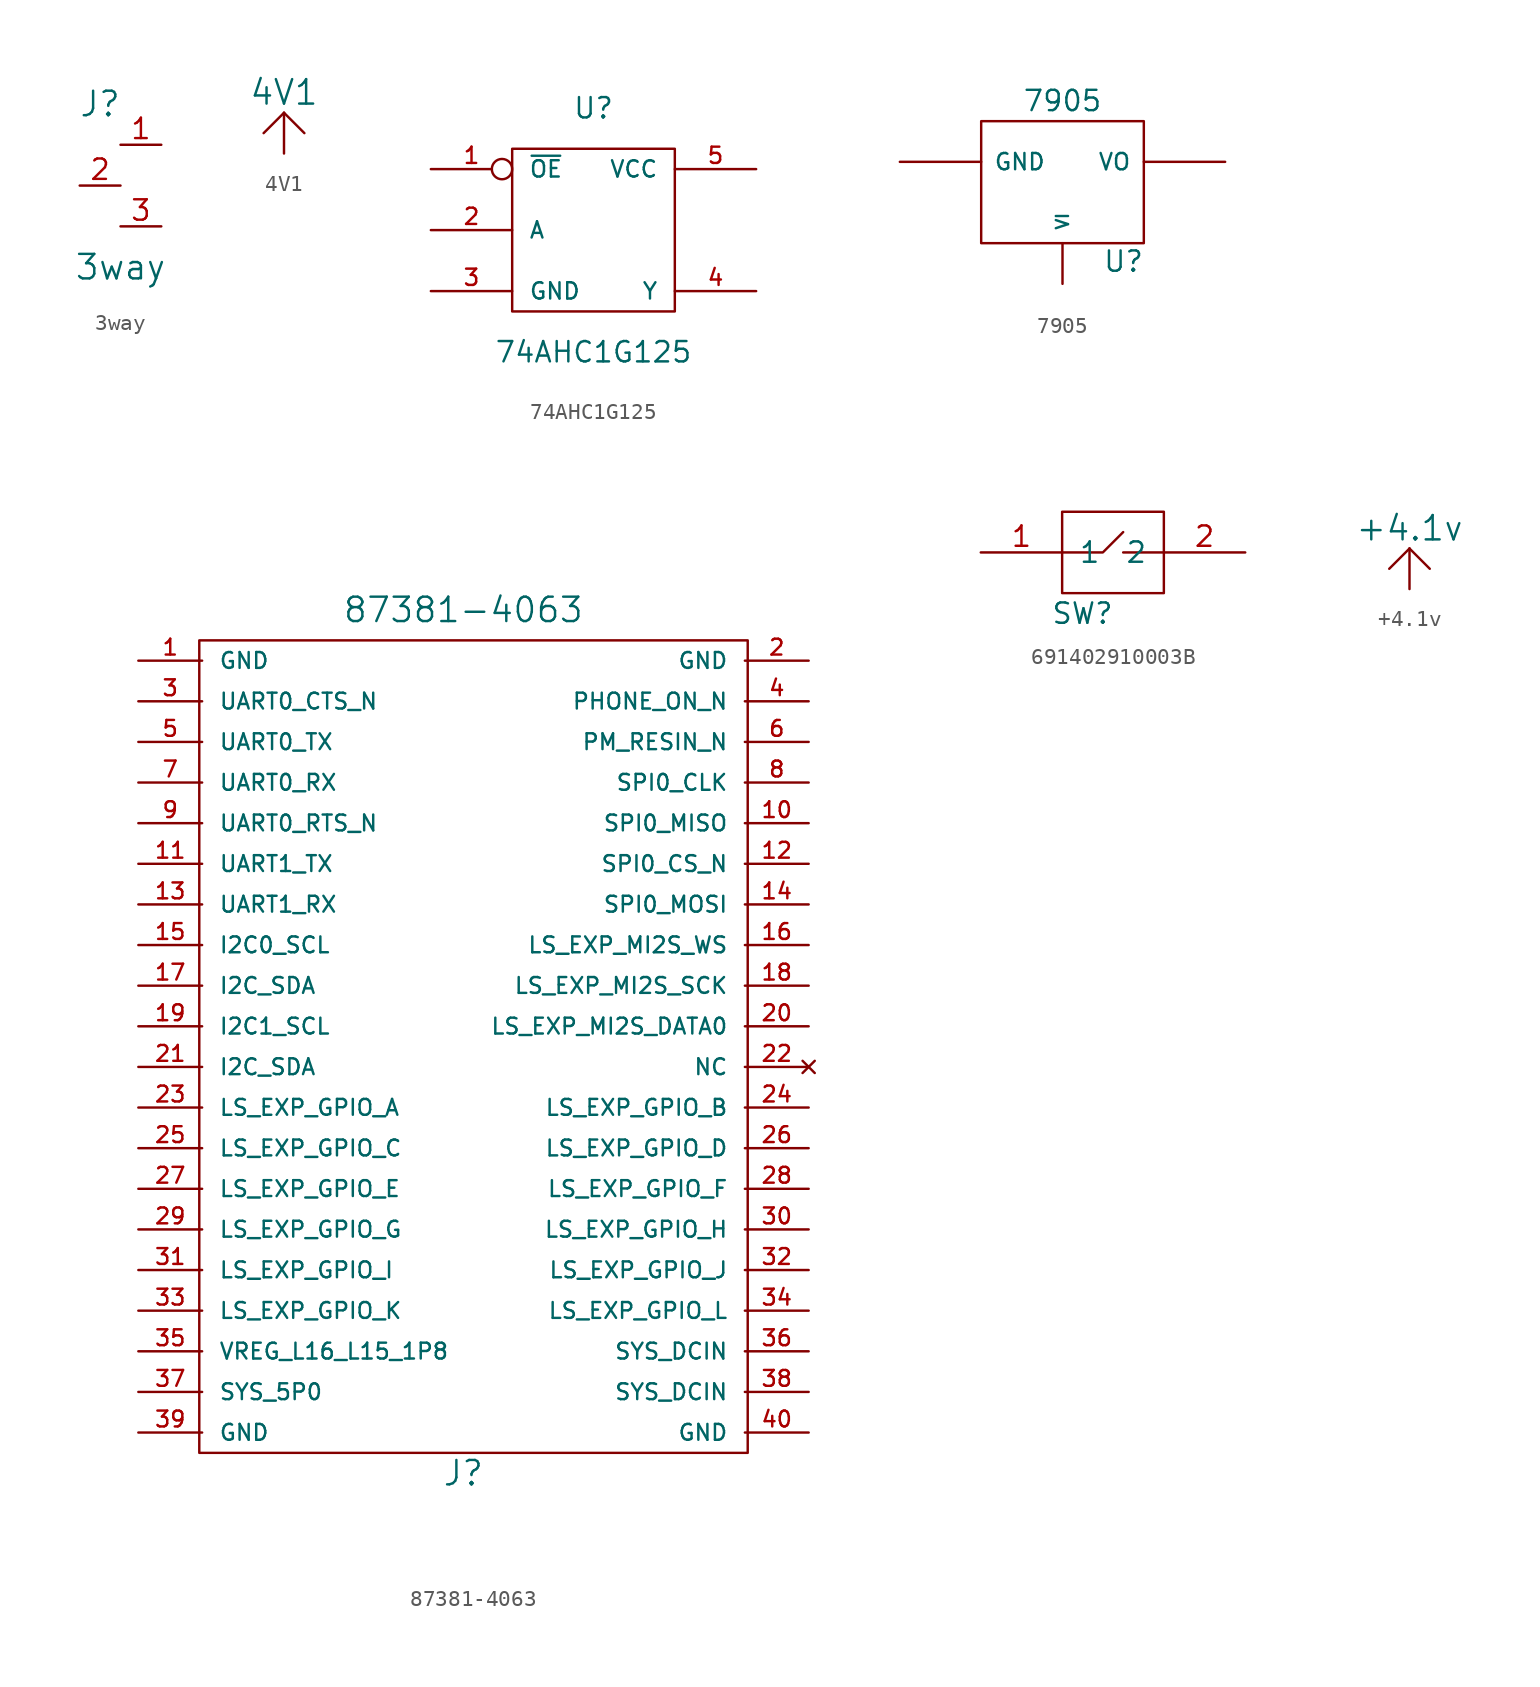
<source format=kicad_sym>
(kicad_symbol_lib
  (version 20211014)
  (generator kicad_symbol_editor)
  (symbol "3way"
    (pin_names
      (offset 1.016) hide)
    (property "Reference" "J"
      (at -1.27 5.08 0)
      (effects (font (size 1.524 1.524))))
    (property "Value" "3way"
      (at 0 -5.08 0)
      (effects (font (size 1.524 1.524))))
    (symbol "3way_1_1"
      (pin input line (at 2.54 2.54 180) (length 2.54) (name "A" (effects (font (size 1.27 1.27)))) (number "1" (effects (font (size 1.27 1.27)))))
      (pin input line (at -2.54 0 0) (length 2.54) (name "C" (effects (font (size 1.27 1.27)))) (number "2" (effects (font (size 1.27 1.27)))))
      (pin input line (at 2.54 -2.54 180) (length 2.54) (name "B" (effects (font (size 1.27 1.27)))) (number "3" (effects (font (size 1.27 1.27)))))))
  (symbol "4V1"
    (power)
    (pin_numbers hide)
    (pin_names
      (offset 1.016) hide)
    (property "Reference" "U"
      (at -5.08 4.445 0)
      (effects (font (size 1.524 1.524)) hide))
    (property "Value" "4V1"
      (at 0 3.81 0)
      (effects (font (size 1.524 1.524))))
    (symbol "4V1_0_1"
      (polyline (pts (xy -1.27 1.27) (xy 0 2.54)) (stroke (width 0) (type default) (color 0 0 0 0)) (fill (type none)))
      (polyline (pts (xy 0 2.54) (xy 1.27 1.27)) (stroke (width 0) (type default) (color 0 0 0 0)) (fill (type none))))
    (symbol "4V1_1_1"
      (pin input line (at 0 0 90) (length 2.54) (name "1" (effects (font (size 1.27 1.27)))) (number "1" (effects (font (size 1.27 1.27)))))))
  (symbol "74AHC1G125"
    (pin_names
      (offset 1.016))
    (property "Reference" "U"
      (at 0 7.62 0)
      (effects (font (size 1.27 1.27))))
    (property "Value" "74AHC1G125"
      (at 0 -7.62 0)
      (effects (font (size 1.27 1.27))))
    (symbol "74AHC1G125_0_0"
      (pin input inverted (at -10.16 3.81 0) (length 5.08) (name "~{OE}" (effects (font (size 1.016 1.016)))) (number "1" (effects (font (size 1.016 1.016)))))
      (pin input line (at -10.16 0 0) (length 5.08) (name "A" (effects (font (size 1.016 1.016)))) (number "2" (effects (font (size 1.016 1.016)))))
      (pin input line (at -10.16 -3.81 0) (length 5.08) (name "GND" (effects (font (size 1.016 1.016)))) (number "3" (effects (font (size 1.016 1.016)))))
      (pin input line (at 10.16 -3.81 180) (length 5.08) (name "Y" (effects (font (size 1.016 1.016)))) (number "4" (effects (font (size 1.016 1.016)))))
      (pin input line (at 10.16 3.81 180) (length 5.08) (name "VCC" (effects (font (size 1.016 1.016)))) (number "5" (effects (font (size 1.016 1.016))))))
    (symbol "74AHC1G125_0_1"
      (rectangle (start 5.08 5.08) (end -5.08 -5.08) (stroke (width 0) (type default) (color 0 0 0 0)) (fill (type none)))))
  (symbol "7905"
    (pin_numbers hide)
    (pin_names
      (offset 0.762))
    (property "Reference" "U"
      (at 3.81 -4.953 0)
      (effects (font (size 1.27 1.27))))
    (property "Value" "7905"
      (at 0 5.08 0)
      (effects (font (size 1.27 1.27))))
    (property "Footprint" ""
      (at 0 0 0)
      (effects (font (size 1.27 1.27))))
    (property "Datasheet" ""
      (at 0 0 0)
      (effects (font (size 1.27 1.27))))
    (symbol "7905_0_1"
      (rectangle (start -5.08 -3.81) (end 5.08 3.81) (stroke (width 0) (type default) (color 0 0 0 0)) (fill (type none))))
    (symbol "7905_1_1"
      (pin input line (at -10.16 1.27 0) (length 5.08) (name "GND" (effects (font (size 1.016 1.016)))) (number "1" (effects (font (size 1.016 1.016)))))
      (pin input line (at 0 -6.35 90) (length 2.54) (name "VI" (effects (font (size 0.762 0.762)))) (number "2" (effects (font (size 1.016 1.016)))))
      (pin power_out line (at 10.16 1.27 180) (length 5.08) (name "VO" (effects (font (size 1.016 1.016)))) (number "3" (effects (font (size 1.016 1.016)))))))
  (symbol "87381-4063"
    (pin_names
      (offset 1.016))
    (property "Reference" "J"
      (at 0 -26.67 0)
      (effects (font (size 1.524 1.524))))
    (property "Value" "87381-4063"
      (at 0 27.305 0)
      (effects (font (size 1.524 1.524))))
    (symbol "87381-4063_0_1"
      (rectangle (start 17.78 25.4) (end -16.51 -25.4) (stroke (width 0) (type default) (color 0 0 0 0)) (fill (type none))))
    (symbol "87381-4063_1_1"
      (pin power_out line (at -20.32 24.13 0) (length 3.988) (name "GND" (effects (font (size 0.991 0.991)))) (number "1" (effects (font (size 0.991 0.991)))))
      (pin output line (at 21.59 13.97 180) (length 3.988) (name "SPI0_MISO" (effects (font (size 0.991 0.991)))) (number "10" (effects (font (size 0.991 0.991)))))
      (pin input line (at -20.32 11.43 0) (length 3.988) (name "UART1_TX" (effects (font (size 0.991 0.991)))) (number "11" (effects (font (size 0.991 0.991)))))
      (pin input line (at 21.59 11.43 180) (length 3.988) (name "SPI0_CS_N" (effects (font (size 0.991 0.991)))) (number "12" (effects (font (size 0.991 0.991)))))
      (pin output line (at -20.32 8.89 0) (length 3.988) (name "UART1_RX" (effects (font (size 0.991 0.991)))) (number "13" (effects (font (size 0.991 0.991)))))
      (pin input line (at 21.59 8.89 180) (length 3.988) (name "SPI0_MOSI" (effects (font (size 0.991 0.991)))) (number "14" (effects (font (size 0.991 0.991)))))
      (pin output line (at -20.32 6.35 0) (length 3.988) (name "I2C0_SCL" (effects (font (size 0.991 0.991)))) (number "15" (effects (font (size 0.991 0.991)))))
      (pin input line (at 21.59 6.35 180) (length 3.988) (name "LS_EXP_MI2S_WS" (effects (font (size 0.991 0.991)))) (number "16" (effects (font (size 0.991 0.991)))))
      (pin bidirectional line (at -20.32 3.81 0) (length 3.988) (name "I2C_SDA" (effects (font (size 0.991 0.991)))) (number "17" (effects (font (size 0.991 0.991)))))
      (pin input line (at 21.59 3.81 180) (length 3.988) (name "LS_EXP_MI2S_SCK" (effects (font (size 0.991 0.991)))) (number "18" (effects (font (size 0.991 0.991)))))
      (pin output line (at -20.32 1.27 0) (length 3.988) (name "I2C1_SCL" (effects (font (size 0.991 0.991)))) (number "19" (effects (font (size 0.991 0.991)))))
      (pin power_out line (at 21.59 24.13 180) (length 3.988) (name "GND" (effects (font (size 0.991 0.991)))) (number "2" (effects (font (size 0.991 0.991)))))
      (pin input line (at 21.59 1.27 180) (length 3.988) (name "LS_EXP_MI2S_DATA0" (effects (font (size 0.991 0.991)))) (number "20" (effects (font (size 0.991 0.991)))))
      (pin tri_state line (at -20.32 -1.27 0) (length 3.988) (name "I2C_SDA" (effects (font (size 0.991 0.991)))) (number "21" (effects (font (size 0.991 0.991)))))
      (pin no_connect line (at 21.59 -1.27 180) (length 3.988) (name "NC" (effects (font (size 0.991 0.991)))) (number "22" (effects (font (size 0.991 0.991)))))
      (pin input line (at -20.32 -3.81 0) (length 3.988) (name "LS_EXP_GPIO_A" (effects (font (size 0.991 0.991)))) (number "23" (effects (font (size 0.991 0.991)))))
      (pin input line (at 21.59 -3.81 180) (length 3.988) (name "LS_EXP_GPIO_B" (effects (font (size 0.991 0.991)))) (number "24" (effects (font (size 0.991 0.991)))))
      (pin input line (at -20.32 -6.35 0) (length 3.988) (name "LS_EXP_GPIO_C" (effects (font (size 0.991 0.991)))) (number "25" (effects (font (size 0.991 0.991)))))
      (pin input line (at 21.59 -6.35 180) (length 3.988) (name "LS_EXP_GPIO_D" (effects (font (size 0.991 0.991)))) (number "26" (effects (font (size 0.991 0.991)))))
      (pin input line (at -20.32 -8.89 0) (length 3.988) (name "LS_EXP_GPIO_E" (effects (font (size 0.991 0.991)))) (number "27" (effects (font (size 0.991 0.991)))))
      (pin input line (at 21.59 -8.89 180) (length 3.988) (name "LS_EXP_GPIO_F" (effects (font (size 0.991 0.991)))) (number "28" (effects (font (size 0.991 0.991)))))
      (pin input line (at -20.32 -11.43 0) (length 3.988) (name "LS_EXP_GPIO_G" (effects (font (size 0.991 0.991)))) (number "29" (effects (font (size 0.991 0.991)))))
      (pin output line (at -20.32 21.59 0) (length 3.988) (name "UART0_CTS_N" (effects (font (size 0.991 0.991)))) (number "3" (effects (font (size 0.991 0.991)))))
      (pin input line (at 21.59 -11.43 180) (length 3.988) (name "LS_EXP_GPIO_H" (effects (font (size 0.991 0.991)))) (number "30" (effects (font (size 0.991 0.991)))))
      (pin output line (at -20.32 -13.97 0) (length 3.988) (name "LS_EXP_GPIO_I" (effects (font (size 0.991 0.991)))) (number "31" (effects (font (size 0.991 0.991)))))
      (pin input line (at 21.59 -13.97 180) (length 3.988) (name "LS_EXP_GPIO_J" (effects (font (size 0.991 0.991)))) (number "32" (effects (font (size 0.991 0.991)))))
      (pin output line (at -20.32 -16.51 0) (length 3.988) (name "LS_EXP_GPIO_K" (effects (font (size 0.991 0.991)))) (number "33" (effects (font (size 0.991 0.991)))))
      (pin input line (at 21.59 -16.51 180) (length 3.988) (name "LS_EXP_GPIO_L" (effects (font (size 0.991 0.991)))) (number "34" (effects (font (size 0.991 0.991)))))
      (pin input line (at -20.32 -19.05 0) (length 3.988) (name "VREG_L16_L15_1P8" (effects (font (size 0.991 0.991)))) (number "35" (effects (font (size 0.991 0.991)))))
      (pin bidirectional line (at 21.59 -19.05 180) (length 3.988) (name "SYS_DCIN" (effects (font (size 0.991 0.991)))) (number "36" (effects (font (size 0.991 0.991)))))
      (pin input line (at -20.32 -21.59 0) (length 3.988) (name "SYS_5P0" (effects (font (size 0.991 0.991)))) (number "37" (effects (font (size 0.991 0.991)))))
      (pin bidirectional line (at 21.59 -21.59 180) (length 3.988) (name "SYS_DCIN" (effects (font (size 0.991 0.991)))) (number "38" (effects (font (size 0.991 0.991)))))
      (pin input line (at -20.32 -24.13 0) (length 3.988) (name "GND" (effects (font (size 0.991 0.991)))) (number "39" (effects (font (size 0.991 0.991)))))
      (pin output line (at 21.59 21.59 180) (length 3.988) (name "PHONE_ON_N" (effects (font (size 0.991 0.991)))) (number "4" (effects (font (size 0.991 0.991)))))
      (pin bidirectional line (at 21.59 -24.13 180) (length 3.988) (name "GND" (effects (font (size 0.991 0.991)))) (number "40" (effects (font (size 0.991 0.991)))))
      (pin input line (at -20.32 19.05 0) (length 3.988) (name "UART0_TX" (effects (font (size 0.991 0.991)))) (number "5" (effects (font (size 0.991 0.991)))))
      (pin power_out line (at 21.59 19.05 180) (length 3.988) (name "PM_RESIN_N" (effects (font (size 0.991 0.991)))) (number "6" (effects (font (size 0.991 0.991)))))
      (pin output line (at -20.32 16.51 0) (length 3.988) (name "UART0_RX" (effects (font (size 0.991 0.991)))) (number "7" (effects (font (size 0.991 0.991)))))
      (pin input line (at 21.59 16.51 180) (length 3.988) (name "SPI0_CLK" (effects (font (size 0.991 0.991)))) (number "8" (effects (font (size 0.991 0.991)))))
      (pin input line (at -20.32 13.97 0) (length 3.988) (name "UART0_RTS_N" (effects (font (size 0.991 0.991)))) (number "9" (effects (font (size 0.991 0.991)))))))
  (symbol "691402910003B"
    (pin_names
      (offset 1.016))
    (property "Reference" "SW"
      (at 1.27 -1.27 0)
      (effects (font (size 1.27 1.27))))
    (symbol "691402910003B_0_1"
      (polyline (pts (xy 6.35 2.54) (xy 3.81 2.54)) (stroke (width 0) (type default) (color 0 0 0 0)) (fill (type none)))
      (polyline (pts (xy 0 2.54) (xy 2.54 2.54) (xy 3.81 3.81)) (stroke (width 0) (type default) (color 0 0 0 0)) (fill (type none)))
      (rectangle (start 0 5.08) (end 6.35 0) (stroke (width 0) (type default) (color 0 0 0 0)) (fill (type none))))
    (symbol "691402910003B_1_1"
      (pin input line (at -5.08 2.54 0) (length 5.08) (name "1" (effects (font (size 1.27 1.27)))) (number "1" (effects (font (size 1.27 1.27)))))
      (pin input line (at 11.43 2.54 180) (length 5.08) (name "2" (effects (font (size 1.27 1.27)))) (number "2" (effects (font (size 1.27 1.27)))))))
  (symbol "+4.1v"
    (power)
    (pin_numbers hide)
    (pin_names
      (offset 1.016) hide)
    (property "Reference" "U"
      (at -5.08 4.445 0)
      (effects (font (size 1.524 1.524)) hide))
    (property "Value" "+4.1v"
      (at 0 3.81 0)
      (effects (font (size 1.524 1.524))))
    (symbol "+4.1v_0_1"
      (polyline (pts (xy -1.27 1.27) (xy 0 2.54)) (stroke (width 0) (type default) (color 0 0 0 0)) (fill (type none)))
      (polyline (pts (xy 0 2.54) (xy 1.27 1.27)) (stroke (width 0) (type default) (color 0 0 0 0)) (fill (type none))))
    (symbol "+4.1v_1_1"
      (pin input line (at 0 0 90) (length 2.54) (name "1" (effects (font (size 1.27 1.27)))) (number "1" (effects (font (size 1.27 1.27))))))))
</source>
